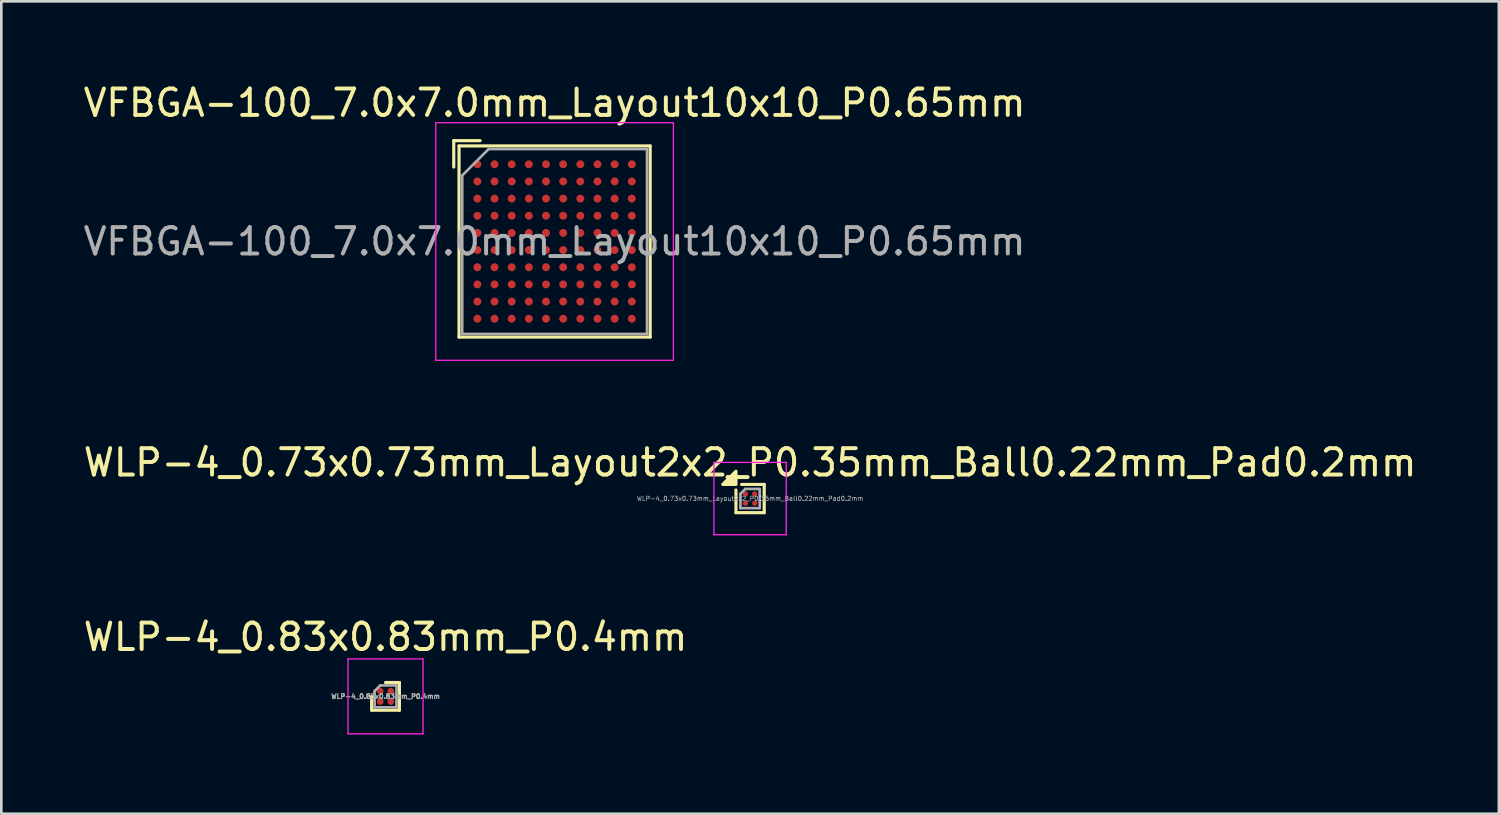
<source format=kicad_pcb>
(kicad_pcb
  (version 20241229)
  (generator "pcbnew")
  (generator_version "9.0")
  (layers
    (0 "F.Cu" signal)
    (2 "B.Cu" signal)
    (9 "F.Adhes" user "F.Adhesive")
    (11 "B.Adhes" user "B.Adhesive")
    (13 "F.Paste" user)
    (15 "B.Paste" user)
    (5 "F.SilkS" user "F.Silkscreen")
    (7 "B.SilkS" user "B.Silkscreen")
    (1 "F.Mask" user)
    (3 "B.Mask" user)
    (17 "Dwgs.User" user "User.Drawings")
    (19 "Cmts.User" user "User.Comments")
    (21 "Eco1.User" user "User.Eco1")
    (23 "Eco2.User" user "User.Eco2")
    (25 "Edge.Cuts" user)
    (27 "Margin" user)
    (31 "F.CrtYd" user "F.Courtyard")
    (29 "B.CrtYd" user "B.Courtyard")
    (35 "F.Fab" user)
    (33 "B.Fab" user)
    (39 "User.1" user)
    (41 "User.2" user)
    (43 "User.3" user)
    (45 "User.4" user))
  (footprint "WLP-4_0.83x0.83mm_P0.4mm"
    (layer "F.Cu")
    (at 11.554 23.329)
    (property "Reference" "WLP-4_0.83x0.83mm_P0.4mm" (at 0 -2.25 0) (layer "F.SilkS") (effects (font (size 1 1) (thickness 0.15))))
    (attr smd)
    (fp_line (start -0.525 0) (end -0.525 0.525) (stroke (width 0.12) (type solid)) (layer "F.SilkS"))
    (fp_line (start -0.525 0.525) (end 0.525 0.525) (stroke (width 0.12) (type solid)) (layer "F.SilkS"))
    (fp_line (start 0.525 -0.525) (end 0 -0.525) (stroke (width 0.12) (type solid)) (layer "F.SilkS"))
    (fp_line (start 0.525 0.525) (end 0.525 -0.525) (stroke (width 0.12) (type solid)) (layer "F.SilkS"))
    (fp_line (start -1.42 -1.42) (end 1.42 -1.42) (stroke (width 0.05) (type solid)) (layer "F.CrtYd"))
    (fp_line (start -1.42 1.42) (end -1.42 -1.42) (stroke (width 0.05) (type solid)) (layer "F.CrtYd"))
    (fp_line (start 1.42 -1.42) (end 1.42 1.42) (stroke (width 0.05) (type solid)) (layer "F.CrtYd"))
    (fp_line (start 1.42 1.42) (end -1.42 1.42) (stroke (width 0.05) (type solid)) (layer "F.CrtYd"))
    (fp_line (start -0.415 -0.2) (end -0.415 0.415) (stroke (width 0.1) (type solid)) (layer "F.Fab"))
    (fp_line (start -0.2 -0.415) (end -0.415 -0.2) (stroke (width 0.1) (type solid)) (layer "F.Fab"))
    (fp_line (start 0.415 -0.415) (end -0.2 -0.415) (stroke (width 0.1) (type solid)) (layer "F.Fab"))
    (fp_line (start 0.415 -0.415) (end 0.415 0.415) (stroke (width 0.1) (type solid)) (layer "F.Fab"))
    (fp_line (start 0.415 0.415) (end -0.415 0.415) (stroke (width 0.1) (type solid)) (layer "F.Fab"))
    (fp_text user "${REFERENCE}" (at 0 0 0) (layer "F.Fab") (effects (font (size 0.18 0.18) (thickness 0.045))))
    (pad "A1" smd circle (at -0.2 -0.2) (size 0.25 0.25) (layers "F.Cu" "F.Mask" "F.Paste"))
    (pad "A2" smd circle (at 0.2 -0.2) (size 0.25 0.25) (layers "F.Cu" "F.Mask" "F.Paste"))
    (pad "B1" smd circle (at -0.2 0.2) (size 0.25 0.25) (layers "F.Cu" "F.Mask" "F.Paste"))
    (pad "B2" smd circle (at 0.2 0.2) (size 0.25 0.25) (layers "F.Cu" "F.Mask" "F.Paste")))
  (footprint "WLP-4_0.73x0.73mm_Layout2x2_P0.35mm_Ball0.22mm_Pad0.2mm"
    (layer "F.Cu")
    (at 25.363 15.835)
    (property "Reference" "WLP-4_0.73x0.73mm_Layout2x2_P0.35mm_Ball0.22mm_Pad0.2mm" (at 0 -1.364 0) (layer "F.SilkS") (effects (font (size 1 1) (thickness 0.15))))
    (attr smd)
    (fp_line (start -0.535 0.535) (end -0.535 -0.323) (stroke (width 0.12) (type solid)) (layer "F.SilkS"))
    (fp_line (start -0.323 -0.535) (end 0.535 -0.535) (stroke (width 0.12) (type solid)) (layer "F.SilkS"))
    (fp_line (start 0.535 -0.535) (end 0.535 0.535) (stroke (width 0.12) (type solid)) (layer "F.SilkS"))
    (fp_line (start 0.535 0.535) (end -0.535 0.535) (stroke (width 0.12) (type solid)) (layer "F.SilkS"))
    (fp_poly (pts (xy -0.535 -0.535) (xy -1.035 -0.535) (xy -0.535 -1.035) (xy -0.535 -0.535)) (stroke (width 0.12) (type solid)) (fill yes) (layer "F.SilkS"))
    (fp_line (start -1.37 -1.37) (end -1.37 1.37) (stroke (width 0.05) (type solid)) (layer "F.CrtYd"))
    (fp_line (start -1.37 1.37) (end 1.37 1.37) (stroke (width 0.05) (type solid)) (layer "F.CrtYd"))
    (fp_line (start 1.37 -1.37) (end -1.37 -1.37) (stroke (width 0.05) (type solid)) (layer "F.CrtYd"))
    (fp_line (start 1.37 1.37) (end 1.37 -1.37) (stroke (width 0.05) (type solid)) (layer "F.CrtYd"))
    (fp_line (start -0.364 -0.182) (end -0.182 -0.364) (stroke (width 0.1) (type solid)) (layer "F.Fab"))
    (fp_line (start -0.364 0.364) (end -0.364 -0.182) (stroke (width 0.1) (type solid)) (layer "F.Fab"))
    (fp_line (start -0.182 -0.364) (end 0.364 -0.364) (stroke (width 0.1) (type solid)) (layer "F.Fab"))
    (fp_line (start 0.364 -0.364) (end 0.364 0.364) (stroke (width 0.1) (type solid)) (layer "F.Fab"))
    (fp_line (start 0.364 0.364) (end -0.364 0.364) (stroke (width 0.1) (type solid)) (layer "F.Fab"))
    (fp_text user "${REFERENCE}" (at 0 0 0) (layer "F.Fab") (effects (font (size 0.17 0.17) (thickness 0.025))))
    (pad "A1" smd circle (at -0.175 -0.175) (size 0.2 0.2) (property pad_prop_bga) (layers "F.Cu" "F.Mask" "F.Paste"))
    (pad "A2" smd circle (at 0.175 -0.175) (size 0.2 0.2) (property pad_prop_bga) (layers "F.Cu" "F.Mask" "F.Paste"))
    (pad "B1" smd circle (at -0.175 0.175) (size 0.2 0.2) (property pad_prop_bga) (layers "F.Cu" "F.Mask" "F.Paste"))
    (pad "B2" smd circle (at 0.175 0.175) (size 0.2 0.2) (property pad_prop_bga) (layers "F.Cu" "F.Mask" "F.Paste")))
  (footprint "VFBGA-100_7.0x7.0mm_Layout10x10_P0.65mm"
    (layer "F.Cu")
    (at 17.958 6.098)
    (property "Reference" "VFBGA-100_7.0x7.0mm_Layout10x10_P0.65mm" (at 0 -5.25 0) (layer "F.SilkS") (effects (font (size 1 1) (thickness 0.15))))
    (attr smd)
    (fp_line (start -3.82 -3.82) (end -2.82 -3.82) (stroke (width 0.12) (type solid)) (layer "F.SilkS"))
    (fp_line (start -3.82 -2.82) (end -3.82 -3.82) (stroke (width 0.12) (type solid)) (layer "F.SilkS"))
    (fp_line (start -3.62 -3.62) (end -3.62 3.62) (stroke (width 0.12) (type solid)) (layer "F.SilkS"))
    (fp_line (start -3.62 3.62) (end 3.62 3.62) (stroke (width 0.12) (type solid)) (layer "F.SilkS"))
    (fp_line (start 3.62 -3.62) (end -3.62 -3.62) (stroke (width 0.12) (type solid)) (layer "F.SilkS"))
    (fp_line (start 3.62 3.62) (end 3.62 -3.62) (stroke (width 0.12) (type solid)) (layer "F.SilkS"))
    (fp_line (start -4.5 -4.5) (end -4.5 4.5) (stroke (width 0.05) (type solid)) (layer "F.CrtYd"))
    (fp_line (start -4.5 -4.5) (end 4.5 -4.5) (stroke (width 0.05) (type solid)) (layer "F.CrtYd"))
    (fp_line (start 4.5 4.5) (end -4.5 4.5) (stroke (width 0.05) (type solid)) (layer "F.CrtYd"))
    (fp_line (start 4.5 4.5) (end 4.5 -4.5) (stroke (width 0.05) (type solid)) (layer "F.CrtYd"))
    (fp_line (start -3.5 -2.5) (end -3.5 3.5) (stroke (width 0.1) (type solid)) (layer "F.Fab"))
    (fp_line (start -3.5 3.5) (end 3.5 3.5) (stroke (width 0.1) (type solid)) (layer "F.Fab"))
    (fp_line (start -2.5 -3.5) (end -3.5 -2.5) (stroke (width 0.1) (type solid)) (layer "F.Fab"))
    (fp_line (start 3.5 -3.5) (end -2.5 -3.5) (stroke (width 0.1) (type solid)) (layer "F.Fab"))
    (fp_line (start 3.5 3.5) (end 3.5 -3.5) (stroke (width 0.1) (type solid)) (layer "F.Fab"))
    (fp_text user "${REFERENCE}" (at 0 0 0) (layer "F.Fab") (effects (font (size 1 1) (thickness 0.15))))
    (pad "A1" smd circle (at -2.925 -2.925) (size 0.3 0.3) (layers "F.Cu" "F.Mask" "F.Paste"))
    (pad "A2" smd circle (at -2.275 -2.925) (size 0.3 0.3) (layers "F.Cu" "F.Mask" "F.Paste"))
    (pad "A3" smd circle (at -1.625 -2.925) (size 0.3 0.3) (layers "F.Cu" "F.Mask" "F.Paste"))
    (pad "A4" smd circle (at -0.975 -2.925) (size 0.3 0.3) (layers "F.Cu" "F.Mask" "F.Paste"))
    (pad "A5" smd circle (at -0.325 -2.925) (size 0.3 0.3) (layers "F.Cu" "F.Mask" "F.Paste"))
    (pad "A6" smd circle (at 0.325 -2.925) (size 0.3 0.3) (layers "F.Cu" "F.Mask" "F.Paste"))
    (pad "A7" smd circle (at 0.975 -2.925) (size 0.3 0.3) (layers "F.Cu" "F.Mask" "F.Paste"))
    (pad "A8" smd circle (at 1.625 -2.925) (size 0.3 0.3) (layers "F.Cu" "F.Mask" "F.Paste"))
    (pad "A9" smd circle (at 2.275 -2.925) (size 0.3 0.3) (layers "F.Cu" "F.Mask" "F.Paste"))
    (pad "A10" smd circle (at 2.925 -2.925) (size 0.3 0.3) (layers "F.Cu" "F.Mask" "F.Paste"))
    (pad "B1" smd circle (at -2.925 -2.275) (size 0.3 0.3) (layers "F.Cu" "F.Mask" "F.Paste"))
    (pad "B2" smd circle (at -2.275 -2.275) (size 0.3 0.3) (layers "F.Cu" "F.Mask" "F.Paste"))
    (pad "B3" smd circle (at -1.625 -2.275) (size 0.3 0.3) (layers "F.Cu" "F.Mask" "F.Paste"))
    (pad "B4" smd circle (at -0.975 -2.275) (size 0.3 0.3) (layers "F.Cu" "F.Mask" "F.Paste"))
    (pad "B5" smd circle (at -0.325 -2.275) (size 0.3 0.3) (layers "F.Cu" "F.Mask" "F.Paste"))
    (pad "B6" smd circle (at 0.325 -2.275) (size 0.3 0.3) (layers "F.Cu" "F.Mask" "F.Paste"))
    (pad "B7" smd circle (at 0.975 -2.275) (size 0.3 0.3) (layers "F.Cu" "F.Mask" "F.Paste"))
    (pad "B8" smd circle (at 1.625 -2.275) (size 0.3 0.3) (layers "F.Cu" "F.Mask" "F.Paste"))
    (pad "B9" smd circle (at 2.275 -2.275) (size 0.3 0.3) (layers "F.Cu" "F.Mask" "F.Paste"))
    (pad "B10" smd circle (at 2.925 -2.275) (size 0.3 0.3) (layers "F.Cu" "F.Mask" "F.Paste"))
    (pad "C1" smd circle (at -2.925 -1.625) (size 0.3 0.3) (layers "F.Cu" "F.Mask" "F.Paste"))
    (pad "C2" smd circle (at -2.275 -1.625) (size 0.3 0.3) (layers "F.Cu" "F.Mask" "F.Paste"))
    (pad "C3" smd circle (at -1.625 -1.625) (size 0.3 0.3) (layers "F.Cu" "F.Mask" "F.Paste"))
    (pad "C4" smd circle (at -0.975 -1.625) (size 0.3 0.3) (layers "F.Cu" "F.Mask" "F.Paste"))
    (pad "C5" smd circle (at -0.325 -1.625) (size 0.3 0.3) (layers "F.Cu" "F.Mask" "F.Paste"))
    (pad "C6" smd circle (at 0.325 -1.625) (size 0.3 0.3) (layers "F.Cu" "F.Mask" "F.Paste"))
    (pad "C7" smd circle (at 0.975 -1.625) (size 0.3 0.3) (layers "F.Cu" "F.Mask" "F.Paste"))
    (pad "C8" smd circle (at 1.625 -1.625) (size 0.3 0.3) (layers "F.Cu" "F.Mask" "F.Paste"))
    (pad "C9" smd circle (at 2.275 -1.625) (size 0.3 0.3) (layers "F.Cu" "F.Mask" "F.Paste"))
    (pad "C10" smd circle (at 2.925 -1.625) (size 0.3 0.3) (layers "F.Cu" "F.Mask" "F.Paste"))
    (pad "D1" smd circle (at -2.925 -0.975) (size 0.3 0.3) (layers "F.Cu" "F.Mask" "F.Paste"))
    (pad "D2" smd circle (at -2.275 -0.975) (size 0.3 0.3) (layers "F.Cu" "F.Mask" "F.Paste"))
    (pad "D3" smd circle (at -1.625 -0.975) (size 0.3 0.3) (layers "F.Cu" "F.Mask" "F.Paste"))
    (pad "D4" smd circle (at -0.975 -0.975) (size 0.3 0.3) (layers "F.Cu" "F.Mask" "F.Paste"))
    (pad "D5" smd circle (at -0.325 -0.975) (size 0.3 0.3) (layers "F.Cu" "F.Mask" "F.Paste"))
    (pad "D6" smd circle (at 0.325 -0.975) (size 0.3 0.3) (layers "F.Cu" "F.Mask" "F.Paste"))
    (pad "D7" smd circle (at 0.975 -0.975) (size 0.3 0.3) (layers "F.Cu" "F.Mask" "F.Paste"))
    (pad "D8" smd circle (at 1.625 -0.975) (size 0.3 0.3) (layers "F.Cu" "F.Mask" "F.Paste"))
    (pad "D9" smd circle (at 2.275 -0.975) (size 0.3 0.3) (layers "F.Cu" "F.Mask" "F.Paste"))
    (pad "D10" smd circle (at 2.925 -0.975) (size 0.3 0.3) (layers "F.Cu" "F.Mask" "F.Paste"))
    (pad "E1" smd circle (at -2.925 -0.325) (size 0.3 0.3) (layers "F.Cu" "F.Mask" "F.Paste"))
    (pad "E2" smd circle (at -2.275 -0.325) (size 0.3 0.3) (layers "F.Cu" "F.Mask" "F.Paste"))
    (pad "E3" smd circle (at -1.625 -0.325) (size 0.3 0.3) (layers "F.Cu" "F.Mask" "F.Paste"))
    (pad "E4" smd circle (at -0.975 -0.325) (size 0.3 0.3) (layers "F.Cu" "F.Mask" "F.Paste"))
    (pad "E5" smd circle (at -0.325 -0.325) (size 0.3 0.3) (layers "F.Cu" "F.Mask" "F.Paste"))
    (pad "E6" smd circle (at 0.325 -0.325) (size 0.3 0.3) (layers "F.Cu" "F.Mask" "F.Paste"))
    (pad "E7" smd circle (at 0.975 -0.325) (size 0.3 0.3) (layers "F.Cu" "F.Mask" "F.Paste"))
    (pad "E8" smd circle (at 1.625 -0.325) (size 0.3 0.3) (layers "F.Cu" "F.Mask" "F.Paste"))
    (pad "E9" smd circle (at 2.275 -0.325) (size 0.3 0.3) (layers "F.Cu" "F.Mask" "F.Paste"))
    (pad "E10" smd circle (at 2.925 -0.325) (size 0.3 0.3) (layers "F.Cu" "F.Mask" "F.Paste"))
    (pad "F1" smd circle (at -2.925 0.325) (size 0.3 0.3) (layers "F.Cu" "F.Mask" "F.Paste"))
    (pad "F2" smd circle (at -2.275 0.325) (size 0.3 0.3) (layers "F.Cu" "F.Mask" "F.Paste"))
    (pad "F3" smd circle (at -1.625 0.325) (size 0.3 0.3) (layers "F.Cu" "F.Mask" "F.Paste"))
    (pad "F4" smd circle (at -0.975 0.325) (size 0.3 0.3) (layers "F.Cu" "F.Mask" "F.Paste"))
    (pad "F5" smd circle (at -0.325 0.325) (size 0.3 0.3) (layers "F.Cu" "F.Mask" "F.Paste"))
    (pad "F6" smd circle (at 0.325 0.325) (size 0.3 0.3) (layers "F.Cu" "F.Mask" "F.Paste"))
    (pad "F7" smd circle (at 0.975 0.325) (size 0.3 0.3) (layers "F.Cu" "F.Mask" "F.Paste"))
    (pad "F8" smd circle (at 1.625 0.325) (size 0.3 0.3) (layers "F.Cu" "F.Mask" "F.Paste"))
    (pad "F9" smd circle (at 2.275 0.325) (size 0.3 0.3) (layers "F.Cu" "F.Mask" "F.Paste"))
    (pad "F10" smd circle (at 2.925 0.325) (size 0.3 0.3) (layers "F.Cu" "F.Mask" "F.Paste"))
    (pad "G1" smd circle (at -2.925 0.975) (size 0.3 0.3) (layers "F.Cu" "F.Mask" "F.Paste"))
    (pad "G2" smd circle (at -2.275 0.975) (size 0.3 0.3) (layers "F.Cu" "F.Mask" "F.Paste"))
    (pad "G3" smd circle (at -1.625 0.975) (size 0.3 0.3) (layers "F.Cu" "F.Mask" "F.Paste"))
    (pad "G4" smd circle (at -0.975 0.975) (size 0.3 0.3) (layers "F.Cu" "F.Mask" "F.Paste"))
    (pad "G5" smd circle (at -0.325 0.975) (size 0.3 0.3) (layers "F.Cu" "F.Mask" "F.Paste"))
    (pad "G6" smd circle (at 0.325 0.975) (size 0.3 0.3) (layers "F.Cu" "F.Mask" "F.Paste"))
    (pad "G7" smd circle (at 0.975 0.975) (size 0.3 0.3) (layers "F.Cu" "F.Mask" "F.Paste"))
    (pad "G8" smd circle (at 1.625 0.975) (size 0.3 0.3) (layers "F.Cu" "F.Mask" "F.Paste"))
    (pad "G9" smd circle (at 2.275 0.975) (size 0.3 0.3) (layers "F.Cu" "F.Mask" "F.Paste"))
    (pad "G10" smd circle (at 2.925 0.975) (size 0.3 0.3) (layers "F.Cu" "F.Mask" "F.Paste"))
    (pad "H1" smd circle (at -2.925 1.625) (size 0.3 0.3) (layers "F.Cu" "F.Mask" "F.Paste"))
    (pad "H2" smd circle (at -2.275 1.625) (size 0.3 0.3) (layers "F.Cu" "F.Mask" "F.Paste"))
    (pad "H3" smd circle (at -1.625 1.625) (size 0.3 0.3) (layers "F.Cu" "F.Mask" "F.Paste"))
    (pad "H4" smd circle (at -0.975 1.625) (size 0.3 0.3) (layers "F.Cu" "F.Mask" "F.Paste"))
    (pad "H5" smd circle (at -0.325 1.625) (size 0.3 0.3) (layers "F.Cu" "F.Mask" "F.Paste"))
    (pad "H6" smd circle (at 0.325 1.625) (size 0.3 0.3) (layers "F.Cu" "F.Mask" "F.Paste"))
    (pad "H7" smd circle (at 0.975 1.625) (size 0.3 0.3) (layers "F.Cu" "F.Mask" "F.Paste"))
    (pad "H8" smd circle (at 1.625 1.625) (size 0.3 0.3) (layers "F.Cu" "F.Mask" "F.Paste"))
    (pad "H9" smd circle (at 2.275 1.625) (size 0.3 0.3) (layers "F.Cu" "F.Mask" "F.Paste"))
    (pad "H10" smd circle (at 2.925 1.625) (size 0.3 0.3) (layers "F.Cu" "F.Mask" "F.Paste"))
    (pad "J1" smd circle (at -2.925 2.275) (size 0.3 0.3) (layers "F.Cu" "F.Mask" "F.Paste"))
    (pad "J2" smd circle (at -2.275 2.275) (size 0.3 0.3) (layers "F.Cu" "F.Mask" "F.Paste"))
    (pad "J3" smd circle (at -1.625 2.275) (size 0.3 0.3) (layers "F.Cu" "F.Mask" "F.Paste"))
    (pad "J4" smd circle (at -0.975 2.275) (size 0.3 0.3) (layers "F.Cu" "F.Mask" "F.Paste"))
    (pad "J5" smd circle (at -0.325 2.275) (size 0.3 0.3) (layers "F.Cu" "F.Mask" "F.Paste"))
    (pad "J6" smd circle (at 0.325 2.275) (size 0.3 0.3) (layers "F.Cu" "F.Mask" "F.Paste"))
    (pad "J7" smd circle (at 0.975 2.275) (size 0.3 0.3) (layers "F.Cu" "F.Mask" "F.Paste"))
    (pad "J8" smd circle (at 1.625 2.275) (size 0.3 0.3) (layers "F.Cu" "F.Mask" "F.Paste"))
    (pad "J9" smd circle (at 2.275 2.275) (size 0.3 0.3) (layers "F.Cu" "F.Mask" "F.Paste"))
    (pad "J10" smd circle (at 2.925 2.275) (size 0.3 0.3) (layers "F.Cu" "F.Mask" "F.Paste"))
    (pad "K1" smd circle (at -2.925 2.925) (size 0.3 0.3) (layers "F.Cu" "F.Mask" "F.Paste"))
    (pad "K2" smd circle (at -2.275 2.925) (size 0.3 0.3) (layers "F.Cu" "F.Mask" "F.Paste"))
    (pad "K3" smd circle (at -1.625 2.925) (size 0.3 0.3) (layers "F.Cu" "F.Mask" "F.Paste"))
    (pad "K4" smd circle (at -0.975 2.925) (size 0.3 0.3) (layers "F.Cu" "F.Mask" "F.Paste"))
    (pad "K5" smd circle (at -0.325 2.925) (size 0.3 0.3) (layers "F.Cu" "F.Mask" "F.Paste"))
    (pad "K6" smd circle (at 0.325 2.925) (size 0.3 0.3) (layers "F.Cu" "F.Mask" "F.Paste"))
    (pad "K7" smd circle (at 0.975 2.925) (size 0.3 0.3) (layers "F.Cu" "F.Mask" "F.Paste"))
    (pad "K8" smd circle (at 1.625 2.925) (size 0.3 0.3) (layers "F.Cu" "F.Mask" "F.Paste"))
    (pad "K9" smd circle (at 2.275 2.925) (size 0.3 0.3) (layers "F.Cu" "F.Mask" "F.Paste"))
    (pad "K10" smd circle (at 2.925 2.925) (size 0.3 0.3) (layers "F.Cu" "F.Mask" "F.Paste")))
  (gr_rect
    (start -3 -3)
    (end 53.726 27.774)
    (stroke (width 0.1) (type default))
    (fill no)
    (layer "Edge.Cuts")))
</source>
